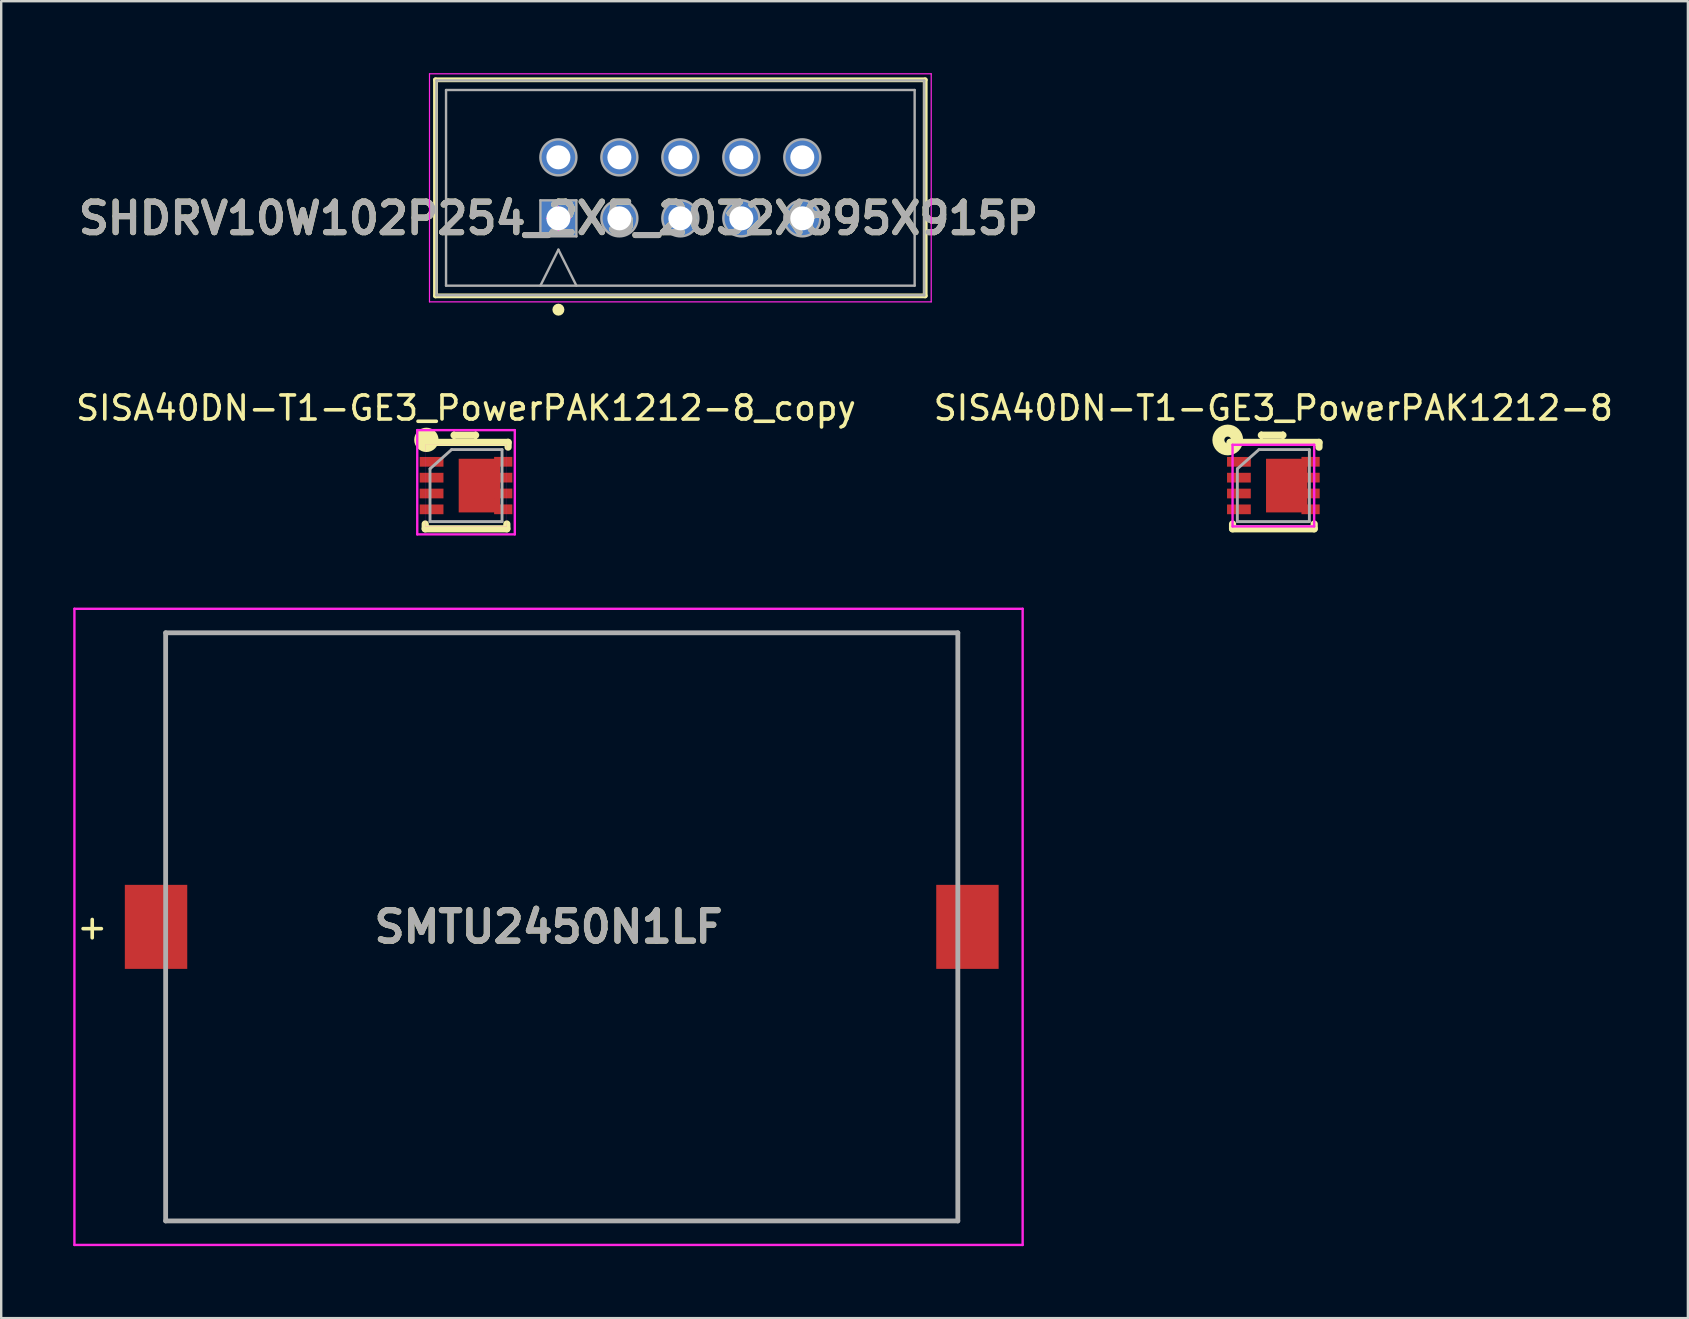
<source format=kicad_pcb>
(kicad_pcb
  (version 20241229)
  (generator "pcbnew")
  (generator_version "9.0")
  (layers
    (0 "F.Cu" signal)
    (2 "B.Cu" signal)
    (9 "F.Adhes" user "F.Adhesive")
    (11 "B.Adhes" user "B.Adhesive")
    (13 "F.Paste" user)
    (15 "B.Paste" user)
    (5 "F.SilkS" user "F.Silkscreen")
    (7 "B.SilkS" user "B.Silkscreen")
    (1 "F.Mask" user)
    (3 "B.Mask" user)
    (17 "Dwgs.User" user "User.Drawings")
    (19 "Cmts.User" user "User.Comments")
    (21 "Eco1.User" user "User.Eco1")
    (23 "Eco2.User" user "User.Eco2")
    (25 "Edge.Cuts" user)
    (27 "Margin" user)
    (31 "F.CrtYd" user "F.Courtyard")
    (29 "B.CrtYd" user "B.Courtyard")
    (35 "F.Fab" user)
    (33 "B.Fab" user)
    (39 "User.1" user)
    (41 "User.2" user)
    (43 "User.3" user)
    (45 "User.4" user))
  (footprint "SISA40DN-T1-GE3_PowerPAK1212-8_copy"
    (layer "F.Cu")
    (at 16.363 17.178)
    (property "Reference" "SISA40DN-T1-GE3_PowerPAK1212-8_copy" (at 0 -3.23 0) (layer "F.SilkS") (effects (font (size 1 1) (thickness 0.15))))
    (attr through_hole)
    (fp_line (start -1.8 -1.8) (end -1.8 -1.7) (stroke (width 0.3) (type solid)) (layer "F.SilkS"))
    (fp_line (start -1.8 -1.8) (end 1.753 -1.8) (stroke (width 0.3) (type solid)) (layer "F.SilkS"))
    (fp_line (start -1.7 1.8) (end -1.7 1.6) (stroke (width 0.3) (type solid)) (layer "F.SilkS"))
    (fp_line (start -1.7 1.8) (end 1.7 1.8) (stroke (width 0.3) (type solid)) (layer "F.SilkS"))
    (fp_line (start -0.5 -2.2) (end -0.5 -1.8) (stroke (width 0.12) (type solid)) (layer "F.SilkS"))
    (fp_line (start -0.5 -2.1) (end 0.4 -2.1) (stroke (width 0.3) (type solid)) (layer "F.SilkS"))
    (fp_line (start 0.4 -2.2) (end 0.4 -1.9) (stroke (width 0.12) (type solid)) (layer "F.SilkS"))
    (fp_line (start 1.7 1.8) (end 1.7 1.6) (stroke (width 0.3) (type solid)) (layer "F.SilkS"))
    (fp_line (start 1.753 -1.803) (end 1.753 -1.603) (stroke (width 0.3) (type solid)) (layer "F.SilkS"))
    (fp_circle (center -1.651 -1.905) (end -1.656 -1.91) (stroke (width 0.5) (type solid)) (fill no) (layer "F.SilkS"))
    (fp_line (start -1.7 -1.7) (end 1.7 1.7) (stroke (width 0.001) (type solid)) (layer "Dwgs.User"))
    (fp_line (start 1.7 -1.7) (end -1.7 1.7) (stroke (width 0.001) (type solid)) (layer "Dwgs.User"))
    (fp_line (start -2.032 -2.311) (end 2.032 -2.311) (stroke (width 0.1) (type solid)) (layer "F.CrtYd"))
    (fp_line (start -2.032 2.032) (end -2.032 -2.311) (stroke (width 0.1) (type solid)) (layer "F.CrtYd"))
    (fp_line (start -2.032 2.032) (end 2.032 2.032) (stroke (width 0.1) (type solid)) (layer "F.CrtYd"))
    (fp_line (start -1.7 -1.7) (end 1.7 -1.7) (stroke (width 0.004) (type solid)) (layer "F.CrtYd"))
    (fp_line (start -1.7 1.7) (end -1.7 -1.7) (stroke (width 0.004) (type solid)) (layer "F.CrtYd"))
    (fp_line (start -1.7 1.7) (end 1.7 1.7) (stroke (width 0.004) (type solid)) (layer "F.CrtYd"))
    (fp_line (start 1.7 1.7) (end 1.7 -1.7) (stroke (width 0.004) (type solid)) (layer "F.CrtYd"))
    (fp_line (start 2.032 2.032) (end 2.032 -2.311) (stroke (width 0.1) (type solid)) (layer "F.CrtYd"))
    (fp_line (start -1.5 -0.7) (end -0.6 -1.5) (stroke (width 0.12) (type solid)) (layer "F.Fab"))
    (fp_line (start -1.5 1.5) (end -1.5 -0.7) (stroke (width 0.12) (type solid)) (layer "F.Fab"))
    (fp_line (start -0.6 -1.5) (end 1.5 -1.5) (stroke (width 0.12) (type solid)) (layer "F.Fab"))
    (fp_line (start 1.5 -1.5) (end 1.5 1.5) (stroke (width 0.12) (type solid)) (layer "F.Fab"))
    (fp_line (start 1.5 1.5) (end -1.5 1.5) (stroke (width 0.12) (type solid)) (layer "F.Fab"))
    (pad "D" smd rect (at 0.557 0) (size 1.725 2.235) (layers "F.Cu" "F.Mask" "F.Paste"))
    (pad "D" smd rect (at 1.55 -0.992) (size 0.76 0.406) (layers "F.Cu" "F.Mask" "F.Paste"))
    (pad "D" smd rect (at 1.55 -0.332) (size 0.76 0.406) (layers "F.Cu" "F.Mask" "F.Paste"))
    (pad "D" smd rect (at 1.55 0.328) (size 0.76 0.406) (layers "F.Cu" "F.Mask" "F.Paste"))
    (pad "D" smd rect (at 1.55 0.988) (size 0.76 0.406) (layers "F.Cu" "F.Mask" "F.Paste"))
    (pad "G" smd rect (at -1.435 0.99) (size 0.99 0.405) (layers "F.Cu" "F.Mask" "F.Paste"))
    (pad "S" smd rect (at -1.435 -0.99) (size 0.99 0.405) (layers "F.Cu" "F.Mask" "F.Paste"))
    (pad "S" smd rect (at -1.435 -0.33) (size 0.99 0.405) (layers "F.Cu" "F.Mask" "F.Paste"))
    (pad "S" smd rect (at -1.435 0.33) (size 0.99 0.405) (layers "F.Cu" "F.Mask" "F.Paste")))
  (footprint "SMTU2450N1LF"
    (layer "F.Cu")
    (at 20.35 35.56)
    (property "Reference" "SMTU2450N1LF" (at -0.55 0 180) (layer "F.SilkS") (effects (font (size 1.27 1.27) (thickness 0.254))))
    (attr smd)
    (fp_line (start -16.5 -12.25) (end -16.5 -12.25) (stroke (width 0.1) (type solid)) (layer "F.SilkS"))
    (fp_line (start -16.5 -12.25) (end -16.5 -12.25) (stroke (width 0.1) (type solid)) (layer "F.SilkS"))
    (fp_line (start -16.5 -12.25) (end -16.5 -2.5) (stroke (width 0.1) (type solid)) (layer "F.SilkS"))
    (fp_line (start -16.5 -12.25) (end 16.5 -12.25) (stroke (width 0.1) (type solid)) (layer "F.SilkS"))
    (fp_line (start -16.5 -2.5) (end -16.5 -12.25) (stroke (width 0.1) (type solid)) (layer "F.SilkS"))
    (fp_line (start -16.5 -2.5) (end -16.5 -2.5) (stroke (width 0.1) (type solid)) (layer "F.SilkS"))
    (fp_line (start -16.5 2.5) (end -16.5 2.5) (stroke (width 0.1) (type solid)) (layer "F.SilkS"))
    (fp_line (start -16.5 2.5) (end -16.5 12.25) (stroke (width 0.1) (type solid)) (layer "F.SilkS"))
    (fp_line (start -16.5 12.25) (end -16.5 2.5) (stroke (width 0.1) (type solid)) (layer "F.SilkS"))
    (fp_line (start -16.5 12.25) (end -16.5 12.25) (stroke (width 0.1) (type solid)) (layer "F.SilkS"))
    (fp_line (start -16.5 12.25) (end -16.5 12.25) (stroke (width 0.1) (type solid)) (layer "F.SilkS"))
    (fp_line (start -16.5 12.25) (end 16.5 12.25) (stroke (width 0.1) (type solid)) (layer "F.SilkS"))
    (fp_line (start 16.5 -12.25) (end -16.5 -12.25) (stroke (width 0.1) (type solid)) (layer "F.SilkS"))
    (fp_line (start 16.5 -12.25) (end 16.5 -12.25) (stroke (width 0.1) (type solid)) (layer "F.SilkS"))
    (fp_line (start 16.5 -12.25) (end 16.5 -12.25) (stroke (width 0.1) (type solid)) (layer "F.SilkS"))
    (fp_line (start 16.5 -12.25) (end 16.5 -2.5) (stroke (width 0.1) (type solid)) (layer "F.SilkS"))
    (fp_line (start 16.5 -2.5) (end 16.5 -12.25) (stroke (width 0.1) (type solid)) (layer "F.SilkS"))
    (fp_line (start 16.5 -2.5) (end 16.5 -2.5) (stroke (width 0.1) (type solid)) (layer "F.SilkS"))
    (fp_line (start 16.5 2.5) (end 16.5 2.5) (stroke (width 0.1) (type solid)) (layer "F.SilkS"))
    (fp_line (start 16.5 2.5) (end 16.5 12.25) (stroke (width 0.1) (type solid)) (layer "F.SilkS"))
    (fp_line (start 16.5 12.25) (end -16.5 12.25) (stroke (width 0.1) (type solid)) (layer "F.SilkS"))
    (fp_line (start 16.5 12.25) (end 16.5 2.5) (stroke (width 0.1) (type solid)) (layer "F.SilkS"))
    (fp_line (start 16.5 12.25) (end 16.5 12.25) (stroke (width 0.1) (type solid)) (layer "F.SilkS"))
    (fp_line (start 16.5 12.25) (end 16.5 12.25) (stroke (width 0.1) (type solid)) (layer "F.SilkS"))
    (fp_line (start -20.3 -13.25) (end 19.2 -13.25) (stroke (width 0.1) (type solid)) (layer "F.CrtYd"))
    (fp_line (start -20.3 13.25) (end -20.3 -13.25) (stroke (width 0.1) (type solid)) (layer "F.CrtYd"))
    (fp_line (start 19.2 -13.25) (end 19.2 13.25) (stroke (width 0.1) (type solid)) (layer "F.CrtYd"))
    (fp_line (start 19.2 13.25) (end -20.3 13.25) (stroke (width 0.1) (type solid)) (layer "F.CrtYd"))
    (fp_line (start -16.5 -12.25) (end -16.5 12.25) (stroke (width 0.2) (type solid)) (layer "F.Fab"))
    (fp_line (start -16.5 12.25) (end 16.5 12.25) (stroke (width 0.2) (type solid)) (layer "F.Fab"))
    (fp_line (start 16.5 -12.25) (end -16.5 -12.25) (stroke (width 0.2) (type solid)) (layer "F.Fab"))
    (fp_line (start 16.5 12.25) (end 16.5 -12.25) (stroke (width 0.2) (type solid)) (layer "F.Fab"))
    (fp_text user "+" (at -19.558 0 180) (layer "F.SilkS") (effects (font (size 1 1) (thickness 0.15))))
    (fp_text user "${REFERENCE}" (at -0.55 0 180) (layer "F.Fab") (effects (font (size 1.27 1.27) (thickness 0.254))))
    (pad "1" smd rect (at -16.9 0) (size 2.6 3.5) (layers "F.Cu" "F.Mask" "F.Paste"))
    (pad "2" smd rect (at 16.9 0) (size 2.6 3.5) (layers "F.Cu" "F.Mask" "F.Paste")))
  (footprint "SISA40DN-T1-GE3_PowerPAK1212-8"
    (layer "F.Cu")
    (at 49.994 17.178)
    (property "Reference" "SISA40DN-T1-GE3_PowerPAK1212-8" (at 0 -3.23 0) (layer "F.SilkS") (effects (font (size 1 1) (thickness 0.15))))
    (attr through_hole)
    (fp_line (start -1.8 -1.8) (end -1.8 -1.7) (stroke (width 0.3) (type solid)) (layer "F.SilkS"))
    (fp_line (start -1.8 -1.8) (end 1.9 -1.8) (stroke (width 0.3) (type solid)) (layer "F.SilkS"))
    (fp_line (start -1.7 1.8) (end -1.7 1.6) (stroke (width 0.3) (type solid)) (layer "F.SilkS"))
    (fp_line (start -1.7 1.8) (end 1.7 1.8) (stroke (width 0.3) (type solid)) (layer "F.SilkS"))
    (fp_line (start -0.5 -2.2) (end -0.5 -1.8) (stroke (width 0.12) (type solid)) (layer "F.SilkS"))
    (fp_line (start -0.5 -2.1) (end 0.4 -2.1) (stroke (width 0.3) (type solid)) (layer "F.SilkS"))
    (fp_line (start 0.4 -2.2) (end 0.4 -1.9) (stroke (width 0.12) (type solid)) (layer "F.SilkS"))
    (fp_line (start 1.7 1.8) (end 1.7 1.6) (stroke (width 0.3) (type solid)) (layer "F.SilkS"))
    (fp_line (start 1.9 -1.8) (end 1.9 -1.6) (stroke (width 0.3) (type solid)) (layer "F.SilkS"))
    (fp_circle (center -1.9 -1.9) (end -1.759 -1.9) (stroke (width 0.5) (type solid)) (fill no) (layer "F.SilkS"))
    (fp_line (start -1.7 -1.7) (end 1.7 1.7) (stroke (width 0.001) (type solid)) (layer "Dwgs.User"))
    (fp_line (start 1.7 -1.7) (end -1.7 1.7) (stroke (width 0.001) (type solid)) (layer "Dwgs.User"))
    (fp_line (start -1.7 -1.7) (end 1.7 -1.7) (stroke (width 0.004) (type solid)) (layer "F.CrtYd"))
    (fp_line (start -1.7 -1.7) (end 1.7 -1.7) (stroke (width 0.1) (type solid)) (layer "F.CrtYd"))
    (fp_line (start -1.7 1.7) (end -1.7 -1.7) (stroke (width 0.004) (type solid)) (layer "F.CrtYd"))
    (fp_line (start -1.7 1.7) (end -1.7 -1.7) (stroke (width 0.1) (type solid)) (layer "F.CrtYd"))
    (fp_line (start -1.7 1.7) (end 1.7 1.7) (stroke (width 0.004) (type solid)) (layer "F.CrtYd"))
    (fp_line (start -1.7 1.7) (end 1.7 1.7) (stroke (width 0.1) (type solid)) (layer "F.CrtYd"))
    (fp_line (start 1.7 1.7) (end 1.7 -1.7) (stroke (width 0.004) (type solid)) (layer "F.CrtYd"))
    (fp_line (start 1.7 1.7) (end 1.7 -1.7) (stroke (width 0.1) (type solid)) (layer "F.CrtYd"))
    (fp_line (start -1.5 -0.7) (end -0.6 -1.5) (stroke (width 0.12) (type solid)) (layer "F.Fab"))
    (fp_line (start -1.5 1.5) (end -1.5 -0.7) (stroke (width 0.12) (type solid)) (layer "F.Fab"))
    (fp_line (start -0.6 -1.5) (end 1.5 -1.5) (stroke (width 0.12) (type solid)) (layer "F.Fab"))
    (fp_line (start 1.5 -1.5) (end 1.5 1.5) (stroke (width 0.12) (type solid)) (layer "F.Fab"))
    (fp_line (start 1.5 1.5) (end -1.5 1.5) (stroke (width 0.12) (type solid)) (layer "F.Fab"))
    (pad "D" smd rect (at 0.557 0) (size 1.725 2.235) (layers "F.Cu" "F.Mask" "F.Paste"))
    (pad "D" smd rect (at 1.55 -0.992) (size 0.76 0.406) (layers "F.Cu" "F.Mask" "F.Paste"))
    (pad "D" smd rect (at 1.55 -0.332) (size 0.76 0.406) (layers "F.Cu" "F.Mask" "F.Paste"))
    (pad "D" smd rect (at 1.55 0.328) (size 0.76 0.406) (layers "F.Cu" "F.Mask" "F.Paste"))
    (pad "D" smd rect (at 1.55 0.988) (size 0.76 0.406) (layers "F.Cu" "F.Mask" "F.Paste"))
    (pad "G" smd rect (at -1.435 0.99) (size 0.99 0.405) (layers "F.Cu" "F.Mask" "F.Paste"))
    (pad "S" smd rect (at -1.435 -0.99) (size 0.99 0.405) (layers "F.Cu" "F.Mask" "F.Paste"))
    (pad "S" smd rect (at -1.435 -0.33) (size 0.99 0.405) (layers "F.Cu" "F.Mask" "F.Paste"))
    (pad "S" smd rect (at -1.435 0.33) (size 0.99 0.405) (layers "F.Cu" "F.Mask" "F.Paste")))
  (footprint "SHDRV10W102P254_2X5_2032X895X915P"
    (layer "F.Cu")
    (at 20.211 6.045)
    (property "Reference" "SHDRV10W102P254_2X5_2032X895X915P" (at 0 0 0) (layer "F.SilkS") (effects (font (size 1.27 1.27) (thickness 0.254))))
    (attr through_hole)
    (fp_line (start -5.12 -5.77) (end 15.28 -5.77) (stroke (width 0.2) (type solid)) (layer "F.SilkS"))
    (fp_line (start -5.12 3.23) (end -5.12 -5.77) (stroke (width 0.2) (type solid)) (layer "F.SilkS"))
    (fp_line (start -5.12 3.23) (end 15.28 3.23) (stroke (width 0.2) (type solid)) (layer "F.SilkS"))
    (fp_line (start 15.28 3.23) (end 15.28 -5.77) (stroke (width 0.2) (type solid)) (layer "F.SilkS"))
    (fp_circle (center 0 3.805) (end 0 3.93) (stroke (width 0.25) (type solid)) (fill no) (layer "F.SilkS"))
    (fp_line (start -5.37 -6.02) (end -5.37 3.48) (stroke (width 0.05) (type solid)) (layer "F.CrtYd"))
    (fp_line (start -5.37 3.48) (end 15.53 3.48) (stroke (width 0.05) (type solid)) (layer "F.CrtYd"))
    (fp_line (start -5.08 -5.745) (end -5.08 3.205) (stroke (width 0.001) (type solid)) (layer "F.CrtYd"))
    (fp_line (start -5.08 3.205) (end 15.24 3.205) (stroke (width 0.001) (type solid)) (layer "F.CrtYd"))
    (fp_line (start -0.5 0) (end 0.5 0) (stroke (width 0.05) (type solid)) (layer "F.CrtYd"))
    (fp_line (start 0 0.5) (end 0 -0.5) (stroke (width 0.05) (type solid)) (layer "F.CrtYd"))
    (fp_line (start 15.24 -5.745) (end -5.08 -5.745) (stroke (width 0.001) (type solid)) (layer "F.CrtYd"))
    (fp_line (start 15.24 3.205) (end 15.24 -5.745) (stroke (width 0.001) (type solid)) (layer "F.CrtYd"))
    (fp_line (start 15.53 -6.02) (end -5.37 -6.02) (stroke (width 0.05) (type solid)) (layer "F.CrtYd"))
    (fp_line (start 15.53 3.48) (end 15.53 -6.02) (stroke (width 0.05) (type solid)) (layer "F.CrtYd"))
    (fp_line (start -5.08 -5.745) (end -5.08 3.205) (stroke (width 0.1) (type solid)) (layer "F.Fab"))
    (fp_line (start -5.08 3.205) (end 15.24 3.205) (stroke (width 0.1) (type solid)) (layer "F.Fab"))
    (fp_line (start -4.68 -5.345) (end -4.68 2.805) (stroke (width 0.1) (type solid)) (layer "F.Fab"))
    (fp_line (start -4.68 2.805) (end 14.84 2.805) (stroke (width 0.1) (type solid)) (layer "F.Fab"))
    (fp_line (start -0.75 -0.75) (end 0.75 -0.75) (stroke (width 0.1) (type solid)) (layer "F.Fab"))
    (fp_line (start -0.75 0.75) (end -0.75 -0.75) (stroke (width 0.1) (type solid)) (layer "F.Fab"))
    (fp_line (start -0.75 2.805) (end 0 1.305) (stroke (width 0.1) (type solid)) (layer "F.Fab"))
    (fp_line (start 0.75 -0.75) (end 0.75 0.75) (stroke (width 0.1) (type solid)) (layer "F.Fab"))
    (fp_line (start 0.75 0.75) (end -0.75 0.75) (stroke (width 0.1) (type solid)) (layer "F.Fab"))
    (fp_line (start 0.75 2.805) (end 0 1.305) (stroke (width 0.1) (type solid)) (layer "F.Fab"))
    (fp_line (start 14.84 -5.345) (end -4.68 -5.345) (stroke (width 0.1) (type solid)) (layer "F.Fab"))
    (fp_line (start 14.84 2.805) (end 14.84 -5.345) (stroke (width 0.1) (type solid)) (layer "F.Fab"))
    (fp_line (start 15.24 -5.745) (end -5.08 -5.745) (stroke (width 0.1) (type solid)) (layer "F.Fab"))
    (fp_line (start 15.24 3.205) (end 15.24 -5.745) (stroke (width 0.1) (type solid)) (layer "F.Fab"))
    (fp_circle (center 0 -2.54) (end 0 -1.79) (stroke (width 0.1) (type solid)) (fill no) (layer "F.Fab"))
    (fp_circle (center 2.54 -2.54) (end 2.54 -1.79) (stroke (width 0.1) (type solid)) (fill no) (layer "F.Fab"))
    (fp_circle (center 2.54 0) (end 2.54 0.75) (stroke (width 0.1) (type solid)) (fill no) (layer "F.Fab"))
    (fp_circle (center 5.08 -2.54) (end 5.08 -1.79) (stroke (width 0.1) (type solid)) (fill no) (layer "F.Fab"))
    (fp_circle (center 5.08 0) (end 5.08 0.75) (stroke (width 0.1) (type solid)) (fill no) (layer "F.Fab"))
    (fp_circle (center 7.62 -2.54) (end 7.62 -1.79) (stroke (width 0.1) (type solid)) (fill no) (layer "F.Fab"))
    (fp_circle (center 7.62 0) (end 7.62 0.75) (stroke (width 0.1) (type solid)) (fill no) (layer "F.Fab"))
    (fp_circle (center 10.16 -2.54) (end 10.16 -1.79) (stroke (width 0.1) (type solid)) (fill no) (layer "F.Fab"))
    (fp_circle (center 10.16 0) (end 10.16 0.75) (stroke (width 0.1) (type solid)) (fill no) (layer "F.Fab"))
    (fp_text user "${REFERENCE}" (at 0 0 0) (layer "F.Fab") (effects (font (size 1.27 1.27) (thickness 0.254))))
    (pad "1" thru_hole rect (at 0 0) (size 1.5 1.5) (drill 1) (layers "*.Cu" "*.Mask"))
    (pad "2" thru_hole circle (at 0 -2.54) (size 1.5 1.5) (drill 1) (layers "*.Cu" "*.Mask"))
    (pad "3" thru_hole circle (at 2.54 0) (size 1.5 1.5) (drill 1) (layers "*.Cu" "*.Mask"))
    (pad "4" thru_hole circle (at 2.54 -2.54) (size 1.5 1.5) (drill 1) (layers "*.Cu" "*.Mask"))
    (pad "5" thru_hole circle (at 5.08 0) (size 1.5 1.5) (drill 1) (layers "*.Cu" "*.Mask"))
    (pad "6" thru_hole circle (at 5.08 -2.54) (size 1.5 1.5) (drill 1) (layers "*.Cu" "*.Mask"))
    (pad "7" thru_hole circle (at 7.62 0) (size 1.5 1.5) (drill 1) (layers "*.Cu" "*.Mask"))
    (pad "8" thru_hole circle (at 7.62 -2.54) (size 1.5 1.5) (drill 1) (layers "*.Cu" "*.Mask"))
    (pad "9" thru_hole circle (at 10.16 0) (size 1.5 1.5) (drill 1) (layers "*.Cu" "*.Mask"))
    (pad "10" thru_hole circle (at 10.16 -2.54) (size 1.5 1.5) (drill 1) (layers "*.Cu" "*.Mask")))
  (gr_rect
    (start -3 -3)
    (end 67.262 51.86)
    (stroke (width 0.1) (type default))
    (fill no)
    (layer "Edge.Cuts")))
</source>
